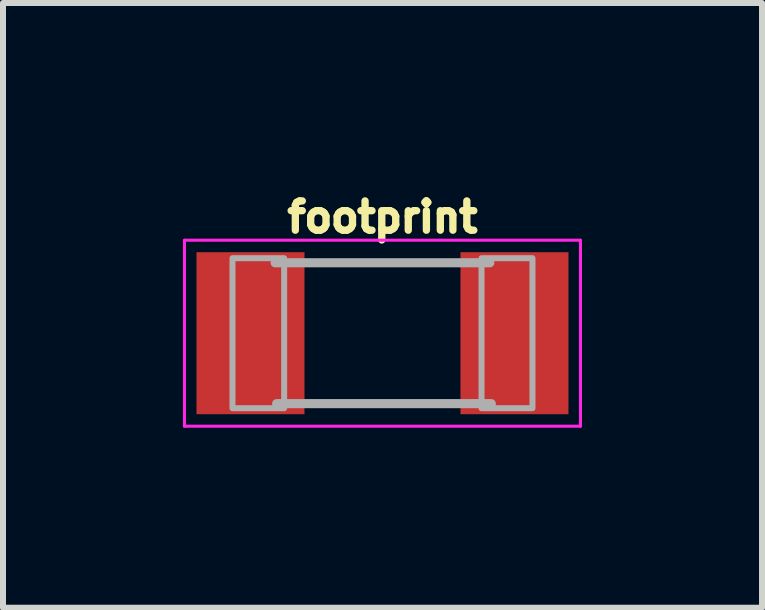
<source format=kicad_pcb>
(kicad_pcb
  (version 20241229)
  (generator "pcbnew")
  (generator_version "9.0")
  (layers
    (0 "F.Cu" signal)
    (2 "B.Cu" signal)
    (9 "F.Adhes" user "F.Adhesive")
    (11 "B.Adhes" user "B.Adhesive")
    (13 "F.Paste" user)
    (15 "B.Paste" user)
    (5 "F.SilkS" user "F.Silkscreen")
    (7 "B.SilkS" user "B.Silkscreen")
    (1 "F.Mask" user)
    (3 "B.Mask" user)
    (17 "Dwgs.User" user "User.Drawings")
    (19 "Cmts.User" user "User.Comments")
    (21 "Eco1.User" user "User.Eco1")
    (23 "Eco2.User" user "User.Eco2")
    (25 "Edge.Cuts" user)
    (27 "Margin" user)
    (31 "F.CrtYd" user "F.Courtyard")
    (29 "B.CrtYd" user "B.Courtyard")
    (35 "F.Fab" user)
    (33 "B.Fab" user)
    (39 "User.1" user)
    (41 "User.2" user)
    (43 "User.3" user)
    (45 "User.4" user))
  (footprint "footprint"
    (layer "F.Cu")
    (at 3.325 2.504)
    (property "Reference" "footprint" (at 0 -1.651 0) (layer "F.SilkS") (effects (font (size 0.488 0.488) (thickness 0.122)) (justify bottom)))
    (fp_line (start -3.3 -1.55) (end 3.3 -1.55) (stroke (width 0.051) (type solid)) (layer "F.CrtYd"))
    (fp_line (start -3.3 1.55) (end -3.3 -1.55) (stroke (width 0.051) (type solid)) (layer "F.CrtYd"))
    (fp_line (start 3.3 -1.55) (end 3.3 1.55) (stroke (width 0.051) (type solid)) (layer "F.CrtYd"))
    (fp_line (start 3.3 1.55) (end -3.3 1.55) (stroke (width 0.051) (type solid)) (layer "F.CrtYd"))
    (fp_line (start -1.789 -1.174) (end 1.789 -1.174) (stroke (width 0.152) (type solid)) (layer "F.Fab"))
    (fp_line (start -1.764 1.174) (end 1.814 1.174) (stroke (width 0.152) (type solid)) (layer "F.Fab"))
    (fp_poly (pts (xy -2.5 1.25) (xy -1.639 1.25) (xy -1.639 -1.25) (xy -2.5 -1.25)) (stroke (width 0.1) (type solid)) (fill no) (layer "F.Fab"))
    (fp_poly (pts (xy 1.651 1.25) (xy 2.5 1.25) (xy 2.5 -1.25) (xy 1.651 -1.25)) (stroke (width 0.1) (type solid)) (fill no) (layer "F.Fab"))
    (pad "1" smd rect (at -2.2 0) (size 1.8 2.7) (layers "F.Cu" "F.Mask" "F.Paste"))
    (pad "2" smd rect (at 2.2 0) (size 1.8 2.7) (layers "F.Cu" "F.Mask" "F.Paste")))
  (gr_rect
    (start -3 -3)
    (end 9.651 7.08)
    (stroke (width 0.1) (type default))
    (fill no)
    (layer "Edge.Cuts")))
</source>
